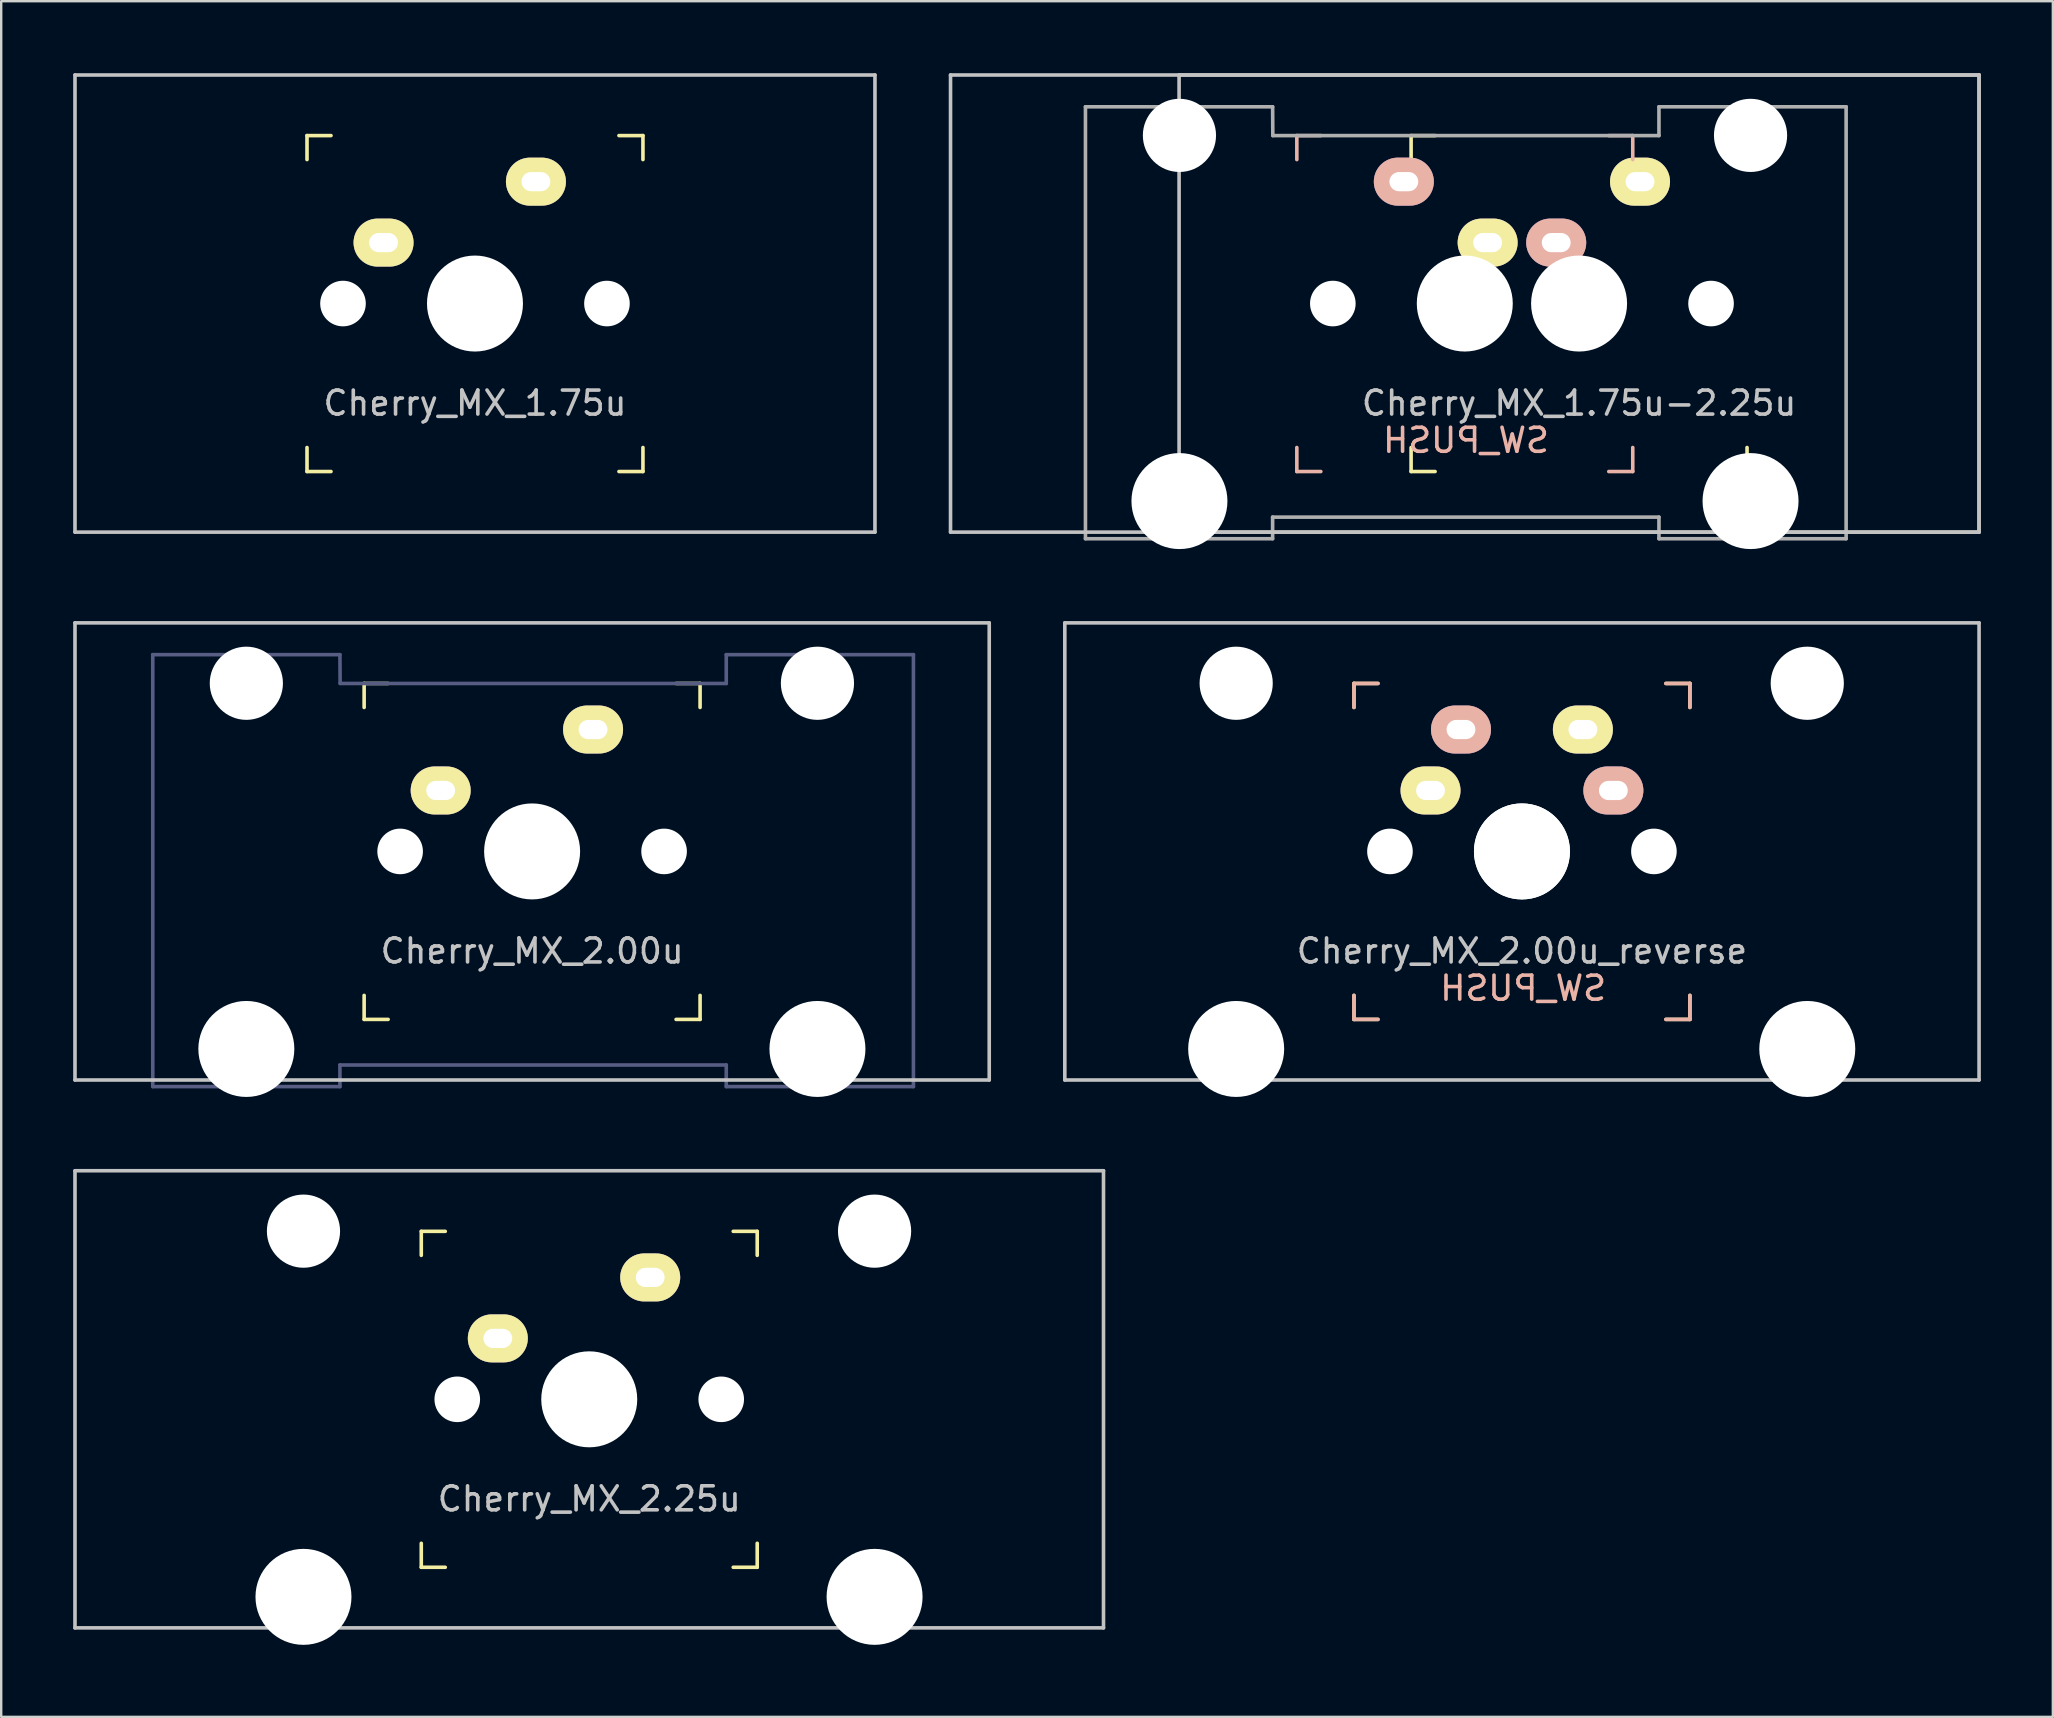
<source format=kicad_pcb>
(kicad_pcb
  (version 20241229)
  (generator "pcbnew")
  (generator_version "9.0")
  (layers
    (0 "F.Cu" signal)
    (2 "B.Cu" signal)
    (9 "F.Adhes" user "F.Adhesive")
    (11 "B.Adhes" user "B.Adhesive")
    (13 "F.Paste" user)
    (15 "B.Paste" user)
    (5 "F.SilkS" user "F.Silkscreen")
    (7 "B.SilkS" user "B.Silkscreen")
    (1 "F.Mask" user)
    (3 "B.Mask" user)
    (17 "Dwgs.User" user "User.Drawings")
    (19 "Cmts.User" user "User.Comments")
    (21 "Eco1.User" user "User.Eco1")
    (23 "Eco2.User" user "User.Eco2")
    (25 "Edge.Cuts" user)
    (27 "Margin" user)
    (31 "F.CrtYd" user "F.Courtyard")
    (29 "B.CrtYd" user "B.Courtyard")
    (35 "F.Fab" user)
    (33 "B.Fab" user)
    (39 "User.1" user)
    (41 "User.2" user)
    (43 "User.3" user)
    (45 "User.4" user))
  (footprint "Cherry_MX_2.00u_reverse"
    (layer "F.Cu")
    (at 60.375 32.432)
    (property "Reference" "Cherry_MX_2.00u_reverse" (at 0 4.15 0) (layer "Dwgs.User") (effects (font (size 1 1) (thickness 0.15))))
    (property "Value" "SW_PUSH" (at -0.05 5.7 0) (layer "F.SilkS") (hide yes) (effects (font (size 1 1) (thickness 0.15))))
    (attr through_hole)
    (fp_line (start -7 -7) (end -6 -7) (stroke (width 0.15) (type solid)) (layer "F.SilkS"))
    (fp_line (start -7 -6) (end -7 -7) (stroke (width 0.15) (type solid)) (layer "F.SilkS"))
    (fp_line (start -7 6) (end -7 7) (stroke (width 0.15) (type solid)) (layer "F.SilkS"))
    (fp_line (start -6 7) (end -7 7) (stroke (width 0.15) (type solid)) (layer "F.SilkS"))
    (fp_line (start 6 7) (end 7 7) (stroke (width 0.15) (type solid)) (layer "F.SilkS"))
    (fp_line (start 7 -7) (end 6 -7) (stroke (width 0.15) (type solid)) (layer "F.SilkS"))
    (fp_line (start 7 -6) (end 7 -7) (stroke (width 0.15) (type solid)) (layer "F.SilkS"))
    (fp_line (start 7 7) (end 7 6) (stroke (width 0.15) (type solid)) (layer "F.SilkS"))
    (fp_line (start -7 -7) (end -6 -7) (stroke (width 0.15) (type solid)) (layer "B.SilkS"))
    (fp_line (start -7 -6) (end -7 -7) (stroke (width 0.15) (type solid)) (layer "B.SilkS"))
    (fp_line (start -7 7) (end -7 6) (stroke (width 0.15) (type solid)) (layer "B.SilkS"))
    (fp_line (start -6 7) (end -7 7) (stroke (width 0.15) (type solid)) (layer "B.SilkS"))
    (fp_line (start 6 7) (end 7 7) (stroke (width 0.15) (type solid)) (layer "B.SilkS"))
    (fp_line (start 7 -7) (end 6 -7) (stroke (width 0.15) (type solid)) (layer "B.SilkS"))
    (fp_line (start 7 -6) (end 7 -7) (stroke (width 0.15) (type solid)) (layer "B.SilkS"))
    (fp_line (start 7 6) (end 7 7) (stroke (width 0.15) (type solid)) (layer "B.SilkS"))
    (fp_line (start -19.05 -9.525) (end 19.05 -9.525) (stroke (width 0.15) (type solid)) (layer "Dwgs.User"))
    (fp_line (start -19.05 9.525) (end -19.05 -9.525) (stroke (width 0.15) (type solid)) (layer "Dwgs.User"))
    (fp_line (start 19.05 -9.525) (end 19.05 9.525) (stroke (width 0.15) (type solid)) (layer "Dwgs.User"))
    (fp_line (start 19.05 9.525) (end -19.05 9.525) (stroke (width 0.15) (type solid)) (layer "Dwgs.User"))
    (fp_text user "${VALUE}" (at 0.05 5.7 180) (layer "B.SilkS") (effects (font (size 1 1) (thickness 0.15)) (justify mirror)))
    (pad "" np_thru_hole circle (at -11.909 -7.008) (size 3.05 3.05) (drill 3.05) (layers "*.Cu" "*.Mask"))
    (pad "" np_thru_hole circle (at -11.909 8.232) (size 4 4) (drill 4) (layers "*.Cu" "*.Mask"))
    (pad "" np_thru_hole circle (at -5.5 0 90) (size 1.9 1.9) (drill 1.9) (layers "*.Cu" "*.Mask"))
    (pad "" np_thru_hole circle (at 0 0 90) (size 4 4) (drill 4) (layers "*.Cu" "*.Mask"))
    (pad "" np_thru_hole circle (at 0 0 90) (size 4 4) (drill 4) (layers "*.Cu" "*.Mask"))
    (pad "" np_thru_hole circle (at 5.5 0 90) (size 1.9 1.9) (drill 1.9) (layers "*.Cu" "*.Mask"))
    (pad "" np_thru_hole circle (at 11.891 -7.008) (size 3.05 3.05) (drill 3.05) (layers "*.Cu" "*.Mask"))
    (pad "" np_thru_hole circle (at 11.891 8.232) (size 4 4) (drill 4) (layers "*.Cu" "*.Mask"))
    (pad "1" thru_hole oval (at -2.54 -5.08 180) (size 2.5 2) (drill oval 1.2 0.8) (layers "*.Cu" "F.Mask" "B.SilkS"))
    (pad "1" thru_hole oval (at 2.54 -5.08) (size 2.5 2) (drill oval 1.2 0.8) (layers "*.Cu" "B.Mask" "F.SilkS"))
    (pad "2" thru_hole oval (at -3.81 -2.54) (size 2.5 2) (drill oval 1.2 0.8) (layers "*.Cu" "B.Mask" "F.SilkS"))
    (pad "2" thru_hole oval (at 3.81 -2.54 180) (size 2.5 2) (drill oval 1.2 0.8) (layers "*.Cu" "F.Mask" "B.SilkS")))
  (footprint "Cherry_MX_1.75u-2.25u"
    (layer "F.Cu")
    (at 62.756 9.6)
    (property "Reference" "Cherry_MX_1.75u-2.25u" (at 0 4.15 0) (layer "Dwgs.User") (effects (font (size 1 1) (thickness 0.15))))
    (property "Value" "SW_PUSH" (at -0.05 5.7 0) (layer "F.SilkS") (hide yes) (effects (font (size 1 1) (thickness 0.15))))
    (attr through_hole)
    (fp_line (start -7 -7) (end -6 -7) (stroke (width 0.15) (type solid)) (layer "F.SilkS"))
    (fp_line (start -7 -6) (end -7 -7) (stroke (width 0.15) (type solid)) (layer "F.SilkS"))
    (fp_line (start -7 6) (end -7 7) (stroke (width 0.15) (type solid)) (layer "F.SilkS"))
    (fp_line (start -6 7) (end -7 7) (stroke (width 0.15) (type solid)) (layer "F.SilkS"))
    (fp_line (start 6 7) (end 7 7) (stroke (width 0.15) (type solid)) (layer "F.SilkS"))
    (fp_line (start 7 -7) (end 6 -7) (stroke (width 0.15) (type solid)) (layer "F.SilkS"))
    (fp_line (start 7 -6) (end 7 -7) (stroke (width 0.15) (type solid)) (layer "F.SilkS"))
    (fp_line (start 7 7) (end 7 6) (stroke (width 0.15) (type solid)) (layer "F.SilkS"))
    (fp_line (start -11.762 -7) (end -10.762 -7) (stroke (width 0.15) (type solid)) (layer "B.SilkS"))
    (fp_line (start -11.762 -6) (end -11.762 -7) (stroke (width 0.15) (type solid)) (layer "B.SilkS"))
    (fp_line (start -11.762 7) (end -11.762 6) (stroke (width 0.15) (type solid)) (layer "B.SilkS"))
    (fp_line (start -10.762 7) (end -11.762 7) (stroke (width 0.15) (type solid)) (layer "B.SilkS"))
    (fp_line (start 1.238 7) (end 2.237 7) (stroke (width 0.15) (type solid)) (layer "B.SilkS"))
    (fp_line (start 2.237 -7) (end 1.238 -7) (stroke (width 0.15) (type solid)) (layer "B.SilkS"))
    (fp_line (start 2.237 -6) (end 2.237 -7) (stroke (width 0.15) (type solid)) (layer "B.SilkS"))
    (fp_line (start 2.237 6) (end 2.237 7) (stroke (width 0.15) (type solid)) (layer "B.SilkS"))
    (fp_line (start -26.194 -9.525) (end -26.194 9.525) (stroke (width 0.15) (type solid)) (layer "Dwgs.User"))
    (fp_line (start -26.194 9.525) (end 16.669 9.525) (stroke (width 0.15) (type solid)) (layer "Dwgs.User"))
    (fp_line (start -16.669 -9.525) (end 16.669 -9.525) (stroke (width 0.15) (type solid)) (layer "Dwgs.User"))
    (fp_line (start -16.669 9.525) (end -16.669 -9.525) (stroke (width 0.15) (type solid)) (layer "Dwgs.User"))
    (fp_line (start 16.669 -9.525) (end -26.194 -9.525) (stroke (width 0.15) (type solid)) (layer "Dwgs.User"))
    (fp_line (start 16.669 -9.525) (end 16.669 9.525) (stroke (width 0.15) (type solid)) (layer "Dwgs.User"))
    (fp_line (start 16.669 9.525) (end -16.669 9.525) (stroke (width 0.15) (type solid)) (layer "Dwgs.User"))
    (fp_line (start 16.669 9.525) (end 16.669 -9.525) (stroke (width 0.15) (type solid)) (layer "Dwgs.User"))
    (fp_line (start -20.571 9.8) (end -12.771 9.8) (stroke (width 0.15) (type solid)) (layer "F.Fab"))
    (fp_line (start -20.571 -8.2) (end -20.571 9.8) (stroke (width 0.15) (type solid)) (layer "F.Fab"))
    (fp_line (start -12.771 -8.2) (end -20.571 -8.2) (stroke (width 0.15) (type solid)) (layer "F.Fab"))
    (fp_line (start -12.771 8.9) (end 3.329 8.9) (stroke (width 0.15) (type solid)) (layer "F.Fab"))
    (fp_line (start -12.771 9.8) (end -12.771 8.9) (stroke (width 0.15) (type solid)) (layer "F.Fab"))
    (fp_line (start -12.763 -7) (end -12.771 -8.2) (stroke (width 0.15) (type solid)) (layer "F.Fab"))
    (fp_line (start 3.329 9.8) (end 3.329 8.9) (stroke (width 0.15) (type solid)) (layer "F.Fab"))
    (fp_line (start 3.329 9.8) (end 11.129 9.8) (stroke (width 0.15) (type solid)) (layer "F.Fab"))
    (fp_line (start 3.329 -8.2) (end 3.329 -7) (stroke (width 0.15) (type solid)) (layer "F.Fab"))
    (fp_line (start 3.329 -7) (end -12.763 -7) (stroke (width 0.15) (type solid)) (layer "F.Fab"))
    (fp_line (start 11.129 -8.2) (end 3.329 -8.2) (stroke (width 0.15) (type solid)) (layer "F.Fab"))
    (fp_line (start 11.129 9.8) (end 11.129 -8.2) (stroke (width 0.15) (type solid)) (layer "F.Fab"))
    (fp_text user "${VALUE}" (at -4.713 5.7 180) (layer "B.SilkS") (effects (font (size 1 1) (thickness 0.15)) (justify mirror)))
    (pad "" np_thru_hole circle (at -16.654 -7.008 180) (size 3.05 3.05) (drill 3.05) (layers "*.Cu" "*.Mask"))
    (pad "" np_thru_hole circle (at -16.654 8.232 180) (size 4 4) (drill 4) (layers "*.Cu" "*.Mask"))
    (pad "" np_thru_hole circle (at -10.262 0 90) (size 1.9 1.9) (drill 1.9) (layers "*.Cu" "*.Mask"))
    (pad "" np_thru_hole circle (at -4.763 0 90) (size 4 4) (drill 4) (layers "*.Cu" "*.Mask"))
    (pad "" np_thru_hole circle (at 0 0 90) (size 4 4) (drill 4) (layers "*.Cu" "*.Mask"))
    (pad "" np_thru_hole circle (at 5.5 0 90) (size 1.9 1.9) (drill 1.9) (layers "*.Cu" "*.Mask"))
    (pad "" np_thru_hole circle (at 7.146 -7.008 180) (size 3.05 3.05) (drill 3.05) (layers "*.Cu" "*.Mask"))
    (pad "" np_thru_hole circle (at 7.146 8.232 180) (size 4 4) (drill 4) (layers "*.Cu" "*.Mask"))
    (pad "1" thru_hole oval (at -7.303 -5.08 180) (size 2.5 2) (drill oval 1.2 0.8) (layers "*.Cu" "F.Mask" "B.SilkS"))
    (pad "1" thru_hole oval (at 2.54 -5.08) (size 2.5 2) (drill oval 1.2 0.8) (layers "*.Cu" "B.Mask" "F.SilkS"))
    (pad "2" thru_hole oval (at -3.81 -2.54) (size 2.5 2) (drill oval 1.2 0.8) (layers "*.Cu" "B.Mask" "F.SilkS"))
    (pad "2" thru_hole oval (at -0.953 -2.54 180) (size 2.5 2) (drill oval 1.2 0.8) (layers "*.Cu" "F.Mask" "B.SilkS")))
  (footprint "Cherry_MX_2.00u"
    (layer "F.Cu")
    (at 19.125 32.432)
    (property "Reference" "Cherry_MX_2.00u" (at 0 4.15 0) (layer "Dwgs.User") (effects (font (size 1 1) (thickness 0.15))))
    (attr through_hole)
    (fp_line (start -7 -7) (end -6 -7) (stroke (width 0.15) (type solid)) (layer "F.SilkS"))
    (fp_line (start -7 -6) (end -7 -7) (stroke (width 0.15) (type solid)) (layer "F.SilkS"))
    (fp_line (start -7 6) (end -7 7) (stroke (width 0.15) (type solid)) (layer "F.SilkS"))
    (fp_line (start -6 7) (end -7 7) (stroke (width 0.15) (type solid)) (layer "F.SilkS"))
    (fp_line (start 6 7) (end 7 7) (stroke (width 0.15) (type solid)) (layer "F.SilkS"))
    (fp_line (start 7 -7) (end 6 -7) (stroke (width 0.15) (type solid)) (layer "F.SilkS"))
    (fp_line (start 7 -6) (end 7 -7) (stroke (width 0.15) (type solid)) (layer "F.SilkS"))
    (fp_line (start 7 7) (end 7 6) (stroke (width 0.15) (type solid)) (layer "F.SilkS"))
    (fp_line (start -19.05 -9.525) (end 19.05 -9.525) (stroke (width 0.15) (type solid)) (layer "Dwgs.User"))
    (fp_line (start -19.05 9.525) (end -19.05 -9.525) (stroke (width 0.15) (type solid)) (layer "Dwgs.User"))
    (fp_line (start 19.05 -9.525) (end 19.05 9.525) (stroke (width 0.15) (type solid)) (layer "Dwgs.User"))
    (fp_line (start 19.05 9.525) (end -19.05 9.525) (stroke (width 0.15) (type solid)) (layer "Dwgs.User"))
    (fp_line (start -15.809 9.8) (end -8.009 9.8) (stroke (width 0.15) (type solid)) (layer "B.Fab"))
    (fp_line (start -15.809 -8.2) (end -15.809 9.8) (stroke (width 0.15) (type solid)) (layer "B.Fab"))
    (fp_line (start -8.009 -8.2) (end -15.809 -8.2) (stroke (width 0.15) (type solid)) (layer "B.Fab"))
    (fp_line (start -8.009 8.9) (end 8.091 8.9) (stroke (width 0.15) (type solid)) (layer "B.Fab"))
    (fp_line (start -8.009 9.8) (end -8.009 8.9) (stroke (width 0.15) (type solid)) (layer "B.Fab"))
    (fp_line (start -8 -7) (end -8.009 -8.2) (stroke (width 0.15) (type solid)) (layer "B.Fab"))
    (fp_line (start 8.091 9.8) (end 8.091 8.9) (stroke (width 0.15) (type solid)) (layer "B.Fab"))
    (fp_line (start 8.091 9.8) (end 15.891 9.8) (stroke (width 0.15) (type solid)) (layer "B.Fab"))
    (fp_line (start 8.091 -8.2) (end 8.091 -7) (stroke (width 0.15) (type solid)) (layer "B.Fab"))
    (fp_line (start 8.091 -7) (end -8 -7) (stroke (width 0.15) (type solid)) (layer "B.Fab"))
    (fp_line (start 15.891 -8.2) (end 8.091 -8.2) (stroke (width 0.15) (type solid)) (layer "B.Fab"))
    (fp_line (start 15.891 9.8) (end 15.891 -8.2) (stroke (width 0.15) (type solid)) (layer "B.Fab"))
    (pad "" np_thru_hole circle (at -11.909 -7.008) (size 3.05 3.05) (drill 3.05) (layers "*.Cu" "*.Mask"))
    (pad "" np_thru_hole circle (at -11.909 8.232) (size 4 4) (drill 4) (layers "*.Cu" "*.Mask"))
    (pad "" np_thru_hole circle (at -5.5 0 90) (size 1.9 1.9) (drill 1.9) (layers "*.Cu" "*.Mask"))
    (pad "" np_thru_hole circle (at 0 0 90) (size 4 4) (drill 4) (layers "*.Cu" "*.Mask"))
    (pad "" np_thru_hole circle (at 5.5 0 90) (size 1.9 1.9) (drill 1.9) (layers "*.Cu" "*.Mask"))
    (pad "" np_thru_hole circle (at 11.891 -7.008) (size 3.05 3.05) (drill 3.05) (layers "*.Cu" "*.Mask"))
    (pad "" np_thru_hole circle (at 11.891 8.232) (size 4 4) (drill 4) (layers "*.Cu" "*.Mask"))
    (pad "1" thru_hole oval (at 2.54 -5.08) (size 2.5 2) (drill oval 1.2 0.8) (layers "*.Cu" "B.Mask" "F.SilkS"))
    (pad "2" thru_hole oval (at -3.81 -2.54) (size 2.5 2) (drill oval 1.2 0.8) (layers "*.Cu" "B.Mask" "F.SilkS")))
  (footprint "Cherry_MX_2.25u"
    (layer "F.Cu")
    (at 21.506 55.265)
    (property "Reference" "Cherry_MX_2.25u" (at 0 4.15 0) (layer "Dwgs.User") (effects (font (size 1 1) (thickness 0.15))))
    (attr through_hole)
    (fp_line (start -7 -7) (end -6 -7) (stroke (width 0.15) (type solid)) (layer "F.SilkS"))
    (fp_line (start -7 -6) (end -7 -7) (stroke (width 0.15) (type solid)) (layer "F.SilkS"))
    (fp_line (start -7 6) (end -7 7) (stroke (width 0.15) (type solid)) (layer "F.SilkS"))
    (fp_line (start -6 7) (end -7 7) (stroke (width 0.15) (type solid)) (layer "F.SilkS"))
    (fp_line (start 6 7) (end 7 7) (stroke (width 0.15) (type solid)) (layer "F.SilkS"))
    (fp_line (start 7 -7) (end 6 -7) (stroke (width 0.15) (type solid)) (layer "F.SilkS"))
    (fp_line (start 7 -6) (end 7 -7) (stroke (width 0.15) (type solid)) (layer "F.SilkS"))
    (fp_line (start 7 7) (end 7 6) (stroke (width 0.15) (type solid)) (layer "F.SilkS"))
    (fp_line (start -21.431 -9.525) (end 21.431 -9.525) (stroke (width 0.15) (type solid)) (layer "Dwgs.User"))
    (fp_line (start -21.431 9.525) (end -21.431 -9.525) (stroke (width 0.15) (type solid)) (layer "Dwgs.User"))
    (fp_line (start 21.431 -9.525) (end 21.431 9.525) (stroke (width 0.15) (type solid)) (layer "Dwgs.User"))
    (fp_line (start 21.431 9.525) (end -21.431 9.525) (stroke (width 0.15) (type solid)) (layer "Dwgs.User"))
    (pad "" np_thru_hole circle (at -11.909 -7.008) (size 3.05 3.05) (drill 3.05) (layers "*.Cu" "*.Mask"))
    (pad "" np_thru_hole circle (at -11.909 8.232) (size 4 4) (drill 4) (layers "*.Cu" "*.Mask"))
    (pad "" np_thru_hole circle (at -5.5 0 90) (size 1.9 1.9) (drill 1.9) (layers "*.Cu" "*.Mask"))
    (pad "" np_thru_hole circle (at 0 0 90) (size 4 4) (drill 4) (layers "*.Cu" "*.Mask"))
    (pad "" np_thru_hole circle (at 5.5 0 90) (size 1.9 1.9) (drill 1.9) (layers "*.Cu" "*.Mask"))
    (pad "" np_thru_hole circle (at 11.891 -7.008) (size 3.05 3.05) (drill 3.05) (layers "*.Cu" "*.Mask"))
    (pad "" np_thru_hole circle (at 11.891 8.232) (size 4 4) (drill 4) (layers "*.Cu" "*.Mask"))
    (pad "1" thru_hole oval (at 2.54 -5.08) (size 2.5 2) (drill oval 1.2 0.8) (layers "*.Cu" "B.Mask" "F.SilkS"))
    (pad "2" thru_hole oval (at -3.81 -2.54) (size 2.5 2) (drill oval 1.2 0.8) (layers "*.Cu" "B.Mask" "F.SilkS")))
  (footprint "Cherry_MX_1.75u"
    (layer "F.Cu")
    (at 16.744 9.6)
    (property "Reference" "Cherry_MX_1.75u" (at 0 4.15 0) (layer "Dwgs.User") (effects (font (size 1 1) (thickness 0.15))))
    (attr through_hole)
    (fp_line (start -7 -7) (end -6 -7) (stroke (width 0.15) (type solid)) (layer "F.SilkS"))
    (fp_line (start -7 -6) (end -7 -7) (stroke (width 0.15) (type solid)) (layer "F.SilkS"))
    (fp_line (start -7 6) (end -7 7) (stroke (width 0.15) (type solid)) (layer "F.SilkS"))
    (fp_line (start -6 7) (end -7 7) (stroke (width 0.15) (type solid)) (layer "F.SilkS"))
    (fp_line (start 6 7) (end 7 7) (stroke (width 0.15) (type solid)) (layer "F.SilkS"))
    (fp_line (start 7 -7) (end 6 -7) (stroke (width 0.15) (type solid)) (layer "F.SilkS"))
    (fp_line (start 7 -6) (end 7 -7) (stroke (width 0.15) (type solid)) (layer "F.SilkS"))
    (fp_line (start 7 7) (end 7 6) (stroke (width 0.15) (type solid)) (layer "F.SilkS"))
    (fp_line (start -16.669 -9.525) (end 16.669 -9.525) (stroke (width 0.15) (type solid)) (layer "Dwgs.User"))
    (fp_line (start -16.669 9.525) (end -16.669 -9.525) (stroke (width 0.15) (type solid)) (layer "Dwgs.User"))
    (fp_line (start 16.669 -9.525) (end 16.669 9.525) (stroke (width 0.15) (type solid)) (layer "Dwgs.User"))
    (fp_line (start 16.669 9.525) (end -16.669 9.525) (stroke (width 0.15) (type solid)) (layer "Dwgs.User"))
    (pad "" np_thru_hole circle (at -5.5 0 90) (size 1.9 1.9) (drill 1.9) (layers "*.Cu" "*.Mask"))
    (pad "" np_thru_hole circle (at 0 0 90) (size 4 4) (drill 4) (layers "*.Cu" "*.Mask"))
    (pad "" np_thru_hole circle (at 5.5 0 90) (size 1.9 1.9) (drill 1.9) (layers "*.Cu" "*.Mask"))
    (pad "1" thru_hole oval (at 2.54 -5.08) (size 2.5 2) (drill oval 1.2 0.8) (layers "*.Cu" "B.Mask" "F.SilkS"))
    (pad "2" thru_hole oval (at -3.81 -2.54) (size 2.5 2) (drill oval 1.2 0.8) (layers "*.Cu" "B.Mask" "F.SilkS")))
  (gr_rect
    (start -3 -3)
    (end 82.5 68.498)
    (stroke (width 0.1) (type default))
    (fill no)
    (layer "Edge.Cuts")))
</source>
